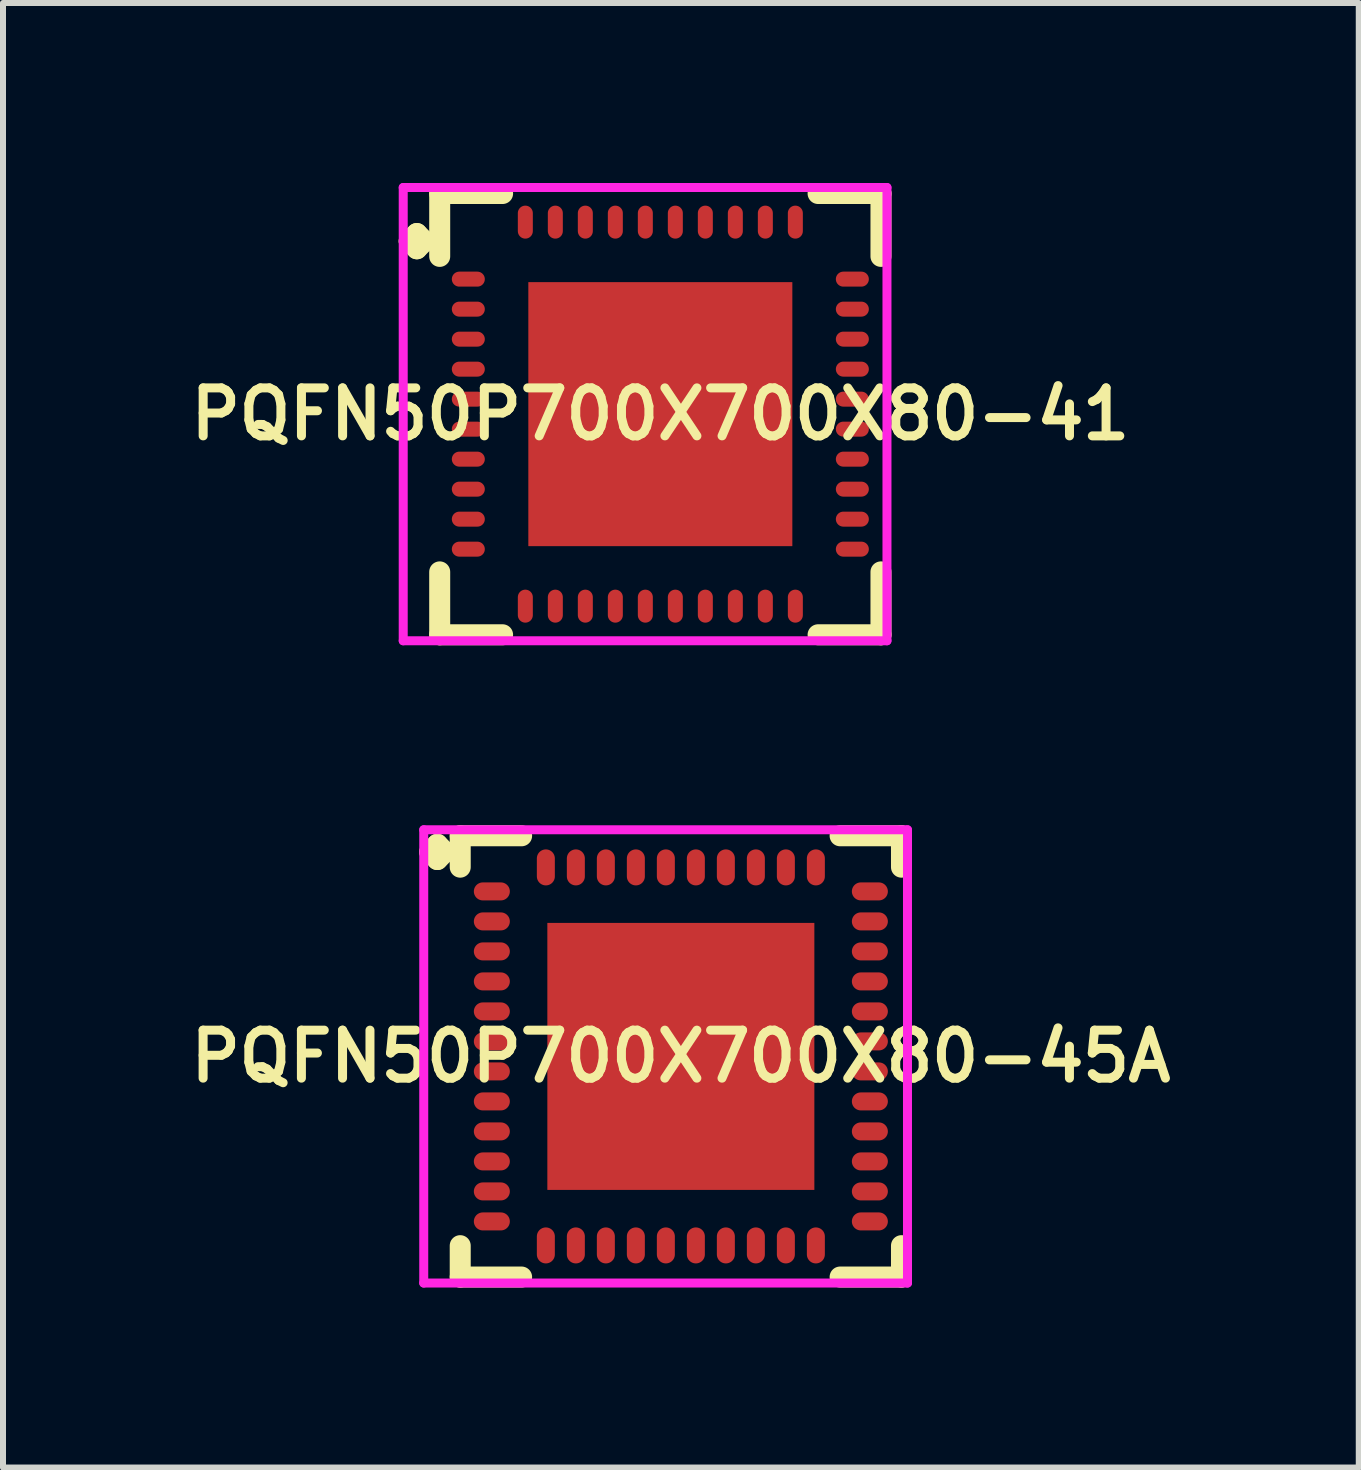
<source format=kicad_pcb>
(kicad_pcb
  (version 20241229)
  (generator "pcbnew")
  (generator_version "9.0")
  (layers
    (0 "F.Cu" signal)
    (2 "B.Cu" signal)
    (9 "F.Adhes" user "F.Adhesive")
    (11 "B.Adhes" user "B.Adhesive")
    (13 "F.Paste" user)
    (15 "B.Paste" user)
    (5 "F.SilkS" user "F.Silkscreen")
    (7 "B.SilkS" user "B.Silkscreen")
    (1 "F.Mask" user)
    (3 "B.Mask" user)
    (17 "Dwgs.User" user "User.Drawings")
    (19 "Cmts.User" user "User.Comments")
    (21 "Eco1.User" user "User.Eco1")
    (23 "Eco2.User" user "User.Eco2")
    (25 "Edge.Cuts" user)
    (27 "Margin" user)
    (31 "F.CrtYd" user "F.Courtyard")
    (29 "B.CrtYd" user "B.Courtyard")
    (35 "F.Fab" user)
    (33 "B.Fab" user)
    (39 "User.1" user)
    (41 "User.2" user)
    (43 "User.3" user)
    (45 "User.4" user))
  (footprint "PQFN50P700X700X80-45A"
    (layer "F.Cu")
    (at 8.297 14.556)
    (property "Reference" "PQFN50P700X700X80-45A" (at 0 0 0) (layer "F.SilkS") (effects (font (size 0.8 0.8) (thickness 0.15))))
    (attr smd)
    (fp_line (start -4.185 -3.408) (end -4.058 -3.535) (stroke (width 0.35) (type solid)) (layer "F.SilkS"))
    (fp_line (start -4.058 -3.535) (end -3.931 -3.408) (stroke (width 0.35) (type solid)) (layer "F.SilkS"))
    (fp_line (start -4.058 -3.281) (end -4.185 -3.408) (stroke (width 0.35) (type solid)) (layer "F.SilkS"))
    (fp_line (start -3.931 -3.408) (end -4.058 -3.281) (stroke (width 0.35) (type solid)) (layer "F.SilkS"))
    (fp_line (start -3.677 -3.677) (end -2.654 -3.677) (stroke (width 0.35) (type solid)) (layer "F.SilkS"))
    (fp_line (start -3.677 -3.154) (end -3.677 -3.677) (stroke (width 0.35) (type solid)) (layer "F.SilkS"))
    (fp_line (start -3.677 3.154) (end -3.677 3.677) (stroke (width 0.35) (type solid)) (layer "F.SilkS"))
    (fp_line (start -3.677 3.677) (end -2.654 3.677) (stroke (width 0.35) (type solid)) (layer "F.SilkS"))
    (fp_line (start 2.654 -3.677) (end 3.677 -3.677) (stroke (width 0.35) (type solid)) (layer "F.SilkS"))
    (fp_line (start 2.654 3.677) (end 3.677 3.677) (stroke (width 0.35) (type solid)) (layer "F.SilkS"))
    (fp_line (start 3.677 -3.677) (end 3.677 -3.154) (stroke (width 0.35) (type solid)) (layer "F.SilkS"))
    (fp_line (start 3.677 3.677) (end 3.677 3.154) (stroke (width 0.35) (type solid)) (layer "F.SilkS"))
    (fp_line (start -4.285 -3.777) (end 3.777 -3.777) (stroke (width 0.15) (type solid)) (layer "F.CrtYd"))
    (fp_line (start -4.285 3.777) (end -4.285 -3.777) (stroke (width 0.15) (type solid)) (layer "F.CrtYd"))
    (fp_line (start 3.777 -3.777) (end 3.777 3.777) (stroke (width 0.15) (type solid)) (layer "F.CrtYd"))
    (fp_line (start 3.777 3.777) (end -4.285 3.777) (stroke (width 0.15) (type solid)) (layer "F.CrtYd"))
    (pad "1" smd oval (at -3.15 -2.75) (size 0.6 0.3) (layers "F.Cu" "F.Mask" "F.Paste"))
    (pad "2" smd oval (at -3.15 -2.25) (size 0.6 0.3) (layers "F.Cu" "F.Mask" "F.Paste"))
    (pad "3" smd oval (at -3.15 -1.75) (size 0.6 0.3) (layers "F.Cu" "F.Mask" "F.Paste"))
    (pad "4" smd oval (at -3.15 -1.25) (size 0.6 0.3) (layers "F.Cu" "F.Mask" "F.Paste"))
    (pad "5" smd oval (at -3.15 -0.75) (size 0.6 0.3) (layers "F.Cu" "F.Mask" "F.Paste"))
    (pad "6" smd oval (at -3.15 -0.25) (size 0.6 0.3) (layers "F.Cu" "F.Mask" "F.Paste"))
    (pad "7" smd oval (at -3.15 0.25) (size 0.6 0.3) (layers "F.Cu" "F.Mask" "F.Paste"))
    (pad "8" smd oval (at -3.15 0.75) (size 0.6 0.3) (layers "F.Cu" "F.Mask" "F.Paste"))
    (pad "9" smd oval (at -3.15 1.25) (size 0.6 0.3) (layers "F.Cu" "F.Mask" "F.Paste"))
    (pad "10" smd oval (at -3.15 1.75) (size 0.6 0.3) (layers "F.Cu" "F.Mask" "F.Paste"))
    (pad "11" smd oval (at -3.15 2.25) (size 0.6 0.3) (layers "F.Cu" "F.Mask" "F.Paste"))
    (pad "12" smd oval (at -3.15 2.75) (size 0.6 0.3) (layers "F.Cu" "F.Mask" "F.Paste"))
    (pad "13" smd oval (at -2.25 3.15) (size 0.3 0.6) (layers "F.Cu" "F.Mask" "F.Paste"))
    (pad "14" smd oval (at -1.75 3.15) (size 0.3 0.6) (layers "F.Cu" "F.Mask" "F.Paste"))
    (pad "15" smd oval (at -1.25 3.15) (size 0.3 0.6) (layers "F.Cu" "F.Mask" "F.Paste"))
    (pad "16" smd oval (at -0.75 3.15) (size 0.3 0.6) (layers "F.Cu" "F.Mask" "F.Paste"))
    (pad "17" smd oval (at -0.25 3.15) (size 0.3 0.6) (layers "F.Cu" "F.Mask" "F.Paste"))
    (pad "18" smd oval (at 0.25 3.15) (size 0.3 0.6) (layers "F.Cu" "F.Mask" "F.Paste"))
    (pad "19" smd oval (at 0.75 3.15) (size 0.3 0.6) (layers "F.Cu" "F.Mask" "F.Paste"))
    (pad "20" smd oval (at 1.25 3.15) (size 0.3 0.6) (layers "F.Cu" "F.Mask" "F.Paste"))
    (pad "21" smd oval (at 1.75 3.15) (size 0.3 0.6) (layers "F.Cu" "F.Mask" "F.Paste"))
    (pad "22" smd oval (at 2.25 3.15) (size 0.3 0.6) (layers "F.Cu" "F.Mask" "F.Paste"))
    (pad "23" smd oval (at 3.15 2.75) (size 0.6 0.3) (layers "F.Cu" "F.Mask" "F.Paste"))
    (pad "24" smd oval (at 3.15 2.25) (size 0.6 0.3) (layers "F.Cu" "F.Mask" "F.Paste"))
    (pad "25" smd oval (at 3.15 1.75) (size 0.6 0.3) (layers "F.Cu" "F.Mask" "F.Paste"))
    (pad "26" smd oval (at 3.15 1.25) (size 0.6 0.3) (layers "F.Cu" "F.Mask" "F.Paste"))
    (pad "27" smd oval (at 3.15 0.75) (size 0.6 0.3) (layers "F.Cu" "F.Mask" "F.Paste"))
    (pad "28" smd oval (at 3.15 0.25) (size 0.6 0.3) (layers "F.Cu" "F.Mask" "F.Paste"))
    (pad "29" smd oval (at 3.15 -0.25) (size 0.6 0.3) (layers "F.Cu" "F.Mask" "F.Paste"))
    (pad "30" smd oval (at 3.15 -0.75) (size 0.6 0.3) (layers "F.Cu" "F.Mask" "F.Paste"))
    (pad "31" smd oval (at 3.15 -1.25) (size 0.6 0.3) (layers "F.Cu" "F.Mask" "F.Paste"))
    (pad "32" smd oval (at 3.15 -1.75) (size 0.6 0.3) (layers "F.Cu" "F.Mask" "F.Paste"))
    (pad "33" smd oval (at 3.15 -2.25) (size 0.6 0.3) (layers "F.Cu" "F.Mask" "F.Paste"))
    (pad "34" smd oval (at 3.15 -2.75) (size 0.6 0.3) (layers "F.Cu" "F.Mask" "F.Paste"))
    (pad "35" smd oval (at 2.25 -3.15) (size 0.3 0.6) (layers "F.Cu" "F.Mask" "F.Paste"))
    (pad "36" smd oval (at 1.75 -3.15) (size 0.3 0.6) (layers "F.Cu" "F.Mask" "F.Paste"))
    (pad "37" smd oval (at 1.25 -3.15) (size 0.3 0.6) (layers "F.Cu" "F.Mask" "F.Paste"))
    (pad "38" smd oval (at 0.75 -3.15) (size 0.3 0.6) (layers "F.Cu" "F.Mask" "F.Paste"))
    (pad "39" smd oval (at 0.25 -3.15) (size 0.3 0.6) (layers "F.Cu" "F.Mask" "F.Paste"))
    (pad "40" smd oval (at -0.25 -3.15) (size 0.3 0.6) (layers "F.Cu" "F.Mask" "F.Paste"))
    (pad "41" smd oval (at -0.75 -3.15) (size 0.3 0.6) (layers "F.Cu" "F.Mask" "F.Paste"))
    (pad "42" smd oval (at -1.25 -3.15) (size 0.3 0.6) (layers "F.Cu" "F.Mask" "F.Paste"))
    (pad "43" smd oval (at -1.75 -3.15) (size 0.3 0.6) (layers "F.Cu" "F.Mask" "F.Paste"))
    (pad "44" smd oval (at -2.25 -3.15) (size 0.3 0.6) (layers "F.Cu" "F.Mask" "F.Paste"))
    (pad "45" smd rect (at 0 0) (size 4.45 4.45) (layers "F.Cu" "F.Mask" "F.Paste")))
  (footprint "PQFN50P700X700X80-41"
    (layer "F.Cu")
    (at 7.955 3.852)
    (property "Reference" "PQFN50P700X700X80-41" (at 0 0 0) (layer "F.SilkS") (effects (font (size 0.8 0.8) (thickness 0.15))))
    (attr smd)
    (fp_line (start -4.185 -2.883) (end -4.058 -3.01) (stroke (width 0.35) (type solid)) (layer "F.SilkS"))
    (fp_line (start -4.058 -3.01) (end -3.931 -2.883) (stroke (width 0.35) (type solid)) (layer "F.SilkS"))
    (fp_line (start -4.058 -2.756) (end -4.185 -2.883) (stroke (width 0.35) (type solid)) (layer "F.SilkS"))
    (fp_line (start -3.931 -2.883) (end -4.058 -2.756) (stroke (width 0.35) (type solid)) (layer "F.SilkS"))
    (fp_line (start -3.677 -3.677) (end -2.629 -3.677) (stroke (width 0.35) (type solid)) (layer "F.SilkS"))
    (fp_line (start -3.677 -2.629) (end -3.677 -3.677) (stroke (width 0.35) (type solid)) (layer "F.SilkS"))
    (fp_line (start -3.677 2.629) (end -3.677 3.677) (stroke (width 0.35) (type solid)) (layer "F.SilkS"))
    (fp_line (start -3.677 3.677) (end -2.629 3.677) (stroke (width 0.35) (type solid)) (layer "F.SilkS"))
    (fp_line (start 2.629 -3.677) (end 3.677 -3.677) (stroke (width 0.35) (type solid)) (layer "F.SilkS"))
    (fp_line (start 2.629 3.677) (end 3.677 3.677) (stroke (width 0.35) (type solid)) (layer "F.SilkS"))
    (fp_line (start 3.677 -3.677) (end 3.677 -2.629) (stroke (width 0.35) (type solid)) (layer "F.SilkS"))
    (fp_line (start 3.677 3.677) (end 3.677 2.629) (stroke (width 0.35) (type solid)) (layer "F.SilkS"))
    (fp_line (start -4.285 -3.777) (end 3.777 -3.777) (stroke (width 0.15) (type solid)) (layer "F.CrtYd"))
    (fp_line (start -4.285 3.777) (end -4.285 -3.777) (stroke (width 0.15) (type solid)) (layer "F.CrtYd"))
    (fp_line (start 3.777 -3.777) (end 3.777 3.777) (stroke (width 0.15) (type solid)) (layer "F.CrtYd"))
    (fp_line (start 3.777 3.777) (end -4.285 3.777) (stroke (width 0.15) (type solid)) (layer "F.CrtYd"))
    (pad "1" smd oval (at -3.2 -2.25) (size 0.55 0.25) (layers "F.Cu" "F.Mask" "F.Paste"))
    (pad "2" smd oval (at -3.2 -1.75) (size 0.55 0.25) (layers "F.Cu" "F.Mask" "F.Paste"))
    (pad "3" smd oval (at -3.2 -1.25) (size 0.55 0.25) (layers "F.Cu" "F.Mask" "F.Paste"))
    (pad "4" smd oval (at -3.2 -0.75) (size 0.55 0.25) (layers "F.Cu" "F.Mask" "F.Paste"))
    (pad "5" smd oval (at -3.2 -0.25) (size 0.55 0.25) (layers "F.Cu" "F.Mask" "F.Paste"))
    (pad "6" smd oval (at -3.2 0.25) (size 0.55 0.25) (layers "F.Cu" "F.Mask" "F.Paste"))
    (pad "7" smd oval (at -3.2 0.75) (size 0.55 0.25) (layers "F.Cu" "F.Mask" "F.Paste"))
    (pad "8" smd oval (at -3.2 1.25) (size 0.55 0.25) (layers "F.Cu" "F.Mask" "F.Paste"))
    (pad "9" smd oval (at -3.2 1.75) (size 0.55 0.25) (layers "F.Cu" "F.Mask" "F.Paste"))
    (pad "10" smd oval (at -3.2 2.25) (size 0.55 0.25) (layers "F.Cu" "F.Mask" "F.Paste"))
    (pad "11" smd oval (at -2.25 3.2) (size 0.25 0.55) (layers "F.Cu" "F.Mask" "F.Paste"))
    (pad "12" smd oval (at -1.75 3.2) (size 0.25 0.55) (layers "F.Cu" "F.Mask" "F.Paste"))
    (pad "13" smd oval (at -1.25 3.2) (size 0.25 0.55) (layers "F.Cu" "F.Mask" "F.Paste"))
    (pad "14" smd oval (at -0.75 3.2) (size 0.25 0.55) (layers "F.Cu" "F.Mask" "F.Paste"))
    (pad "15" smd oval (at -0.25 3.2) (size 0.25 0.55) (layers "F.Cu" "F.Mask" "F.Paste"))
    (pad "16" smd oval (at 0.25 3.2) (size 0.25 0.55) (layers "F.Cu" "F.Mask" "F.Paste"))
    (pad "17" smd oval (at 0.75 3.2) (size 0.25 0.55) (layers "F.Cu" "F.Mask" "F.Paste"))
    (pad "18" smd oval (at 1.25 3.2) (size 0.25 0.55) (layers "F.Cu" "F.Mask" "F.Paste"))
    (pad "19" smd oval (at 1.75 3.2) (size 0.25 0.55) (layers "F.Cu" "F.Mask" "F.Paste"))
    (pad "20" smd oval (at 2.25 3.2) (size 0.25 0.55) (layers "F.Cu" "F.Mask" "F.Paste"))
    (pad "21" smd oval (at 3.2 2.25) (size 0.55 0.25) (layers "F.Cu" "F.Mask" "F.Paste"))
    (pad "22" smd oval (at 3.2 1.75) (size 0.55 0.25) (layers "F.Cu" "F.Mask" "F.Paste"))
    (pad "23" smd oval (at 3.2 1.25) (size 0.55 0.25) (layers "F.Cu" "F.Mask" "F.Paste"))
    (pad "24" smd oval (at 3.2 0.75) (size 0.55 0.25) (layers "F.Cu" "F.Mask" "F.Paste"))
    (pad "25" smd oval (at 3.2 0.25) (size 0.55 0.25) (layers "F.Cu" "F.Mask" "F.Paste"))
    (pad "26" smd oval (at 3.2 -0.25) (size 0.55 0.25) (layers "F.Cu" "F.Mask" "F.Paste"))
    (pad "27" smd oval (at 3.2 -0.75) (size 0.55 0.25) (layers "F.Cu" "F.Mask" "F.Paste"))
    (pad "28" smd oval (at 3.2 -1.25) (size 0.55 0.25) (layers "F.Cu" "F.Mask" "F.Paste"))
    (pad "29" smd oval (at 3.2 -1.75) (size 0.55 0.25) (layers "F.Cu" "F.Mask" "F.Paste"))
    (pad "30" smd oval (at 3.2 -2.25) (size 0.55 0.25) (layers "F.Cu" "F.Mask" "F.Paste"))
    (pad "31" smd oval (at 2.25 -3.2) (size 0.25 0.55) (layers "F.Cu" "F.Mask" "F.Paste"))
    (pad "32" smd oval (at 1.75 -3.2) (size 0.25 0.55) (layers "F.Cu" "F.Mask" "F.Paste"))
    (pad "33" smd oval (at 1.25 -3.2) (size 0.25 0.55) (layers "F.Cu" "F.Mask" "F.Paste"))
    (pad "34" smd oval (at 0.75 -3.2) (size 0.25 0.55) (layers "F.Cu" "F.Mask" "F.Paste"))
    (pad "35" smd oval (at 0.25 -3.2) (size 0.25 0.55) (layers "F.Cu" "F.Mask" "F.Paste"))
    (pad "36" smd oval (at -0.25 -3.2) (size 0.25 0.55) (layers "F.Cu" "F.Mask" "F.Paste"))
    (pad "37" smd oval (at -0.75 -3.2) (size 0.25 0.55) (layers "F.Cu" "F.Mask" "F.Paste"))
    (pad "38" smd oval (at -1.25 -3.2) (size 0.25 0.55) (layers "F.Cu" "F.Mask" "F.Paste"))
    (pad "39" smd oval (at -1.75 -3.2) (size 0.25 0.55) (layers "F.Cu" "F.Mask" "F.Paste"))
    (pad "40" smd oval (at -2.25 -3.2) (size 0.25 0.55) (layers "F.Cu" "F.Mask" "F.Paste"))
    (pad "41" smd rect (at 0 0) (size 4.4 4.4) (layers "F.Cu" "F.Mask" "F.Paste")))
  (gr_rect
    (start -3 -3)
    (end 19.595 21.408)
    (stroke (width 0.1) (type default))
    (fill no)
    (layer "Edge.Cuts")))
</source>
